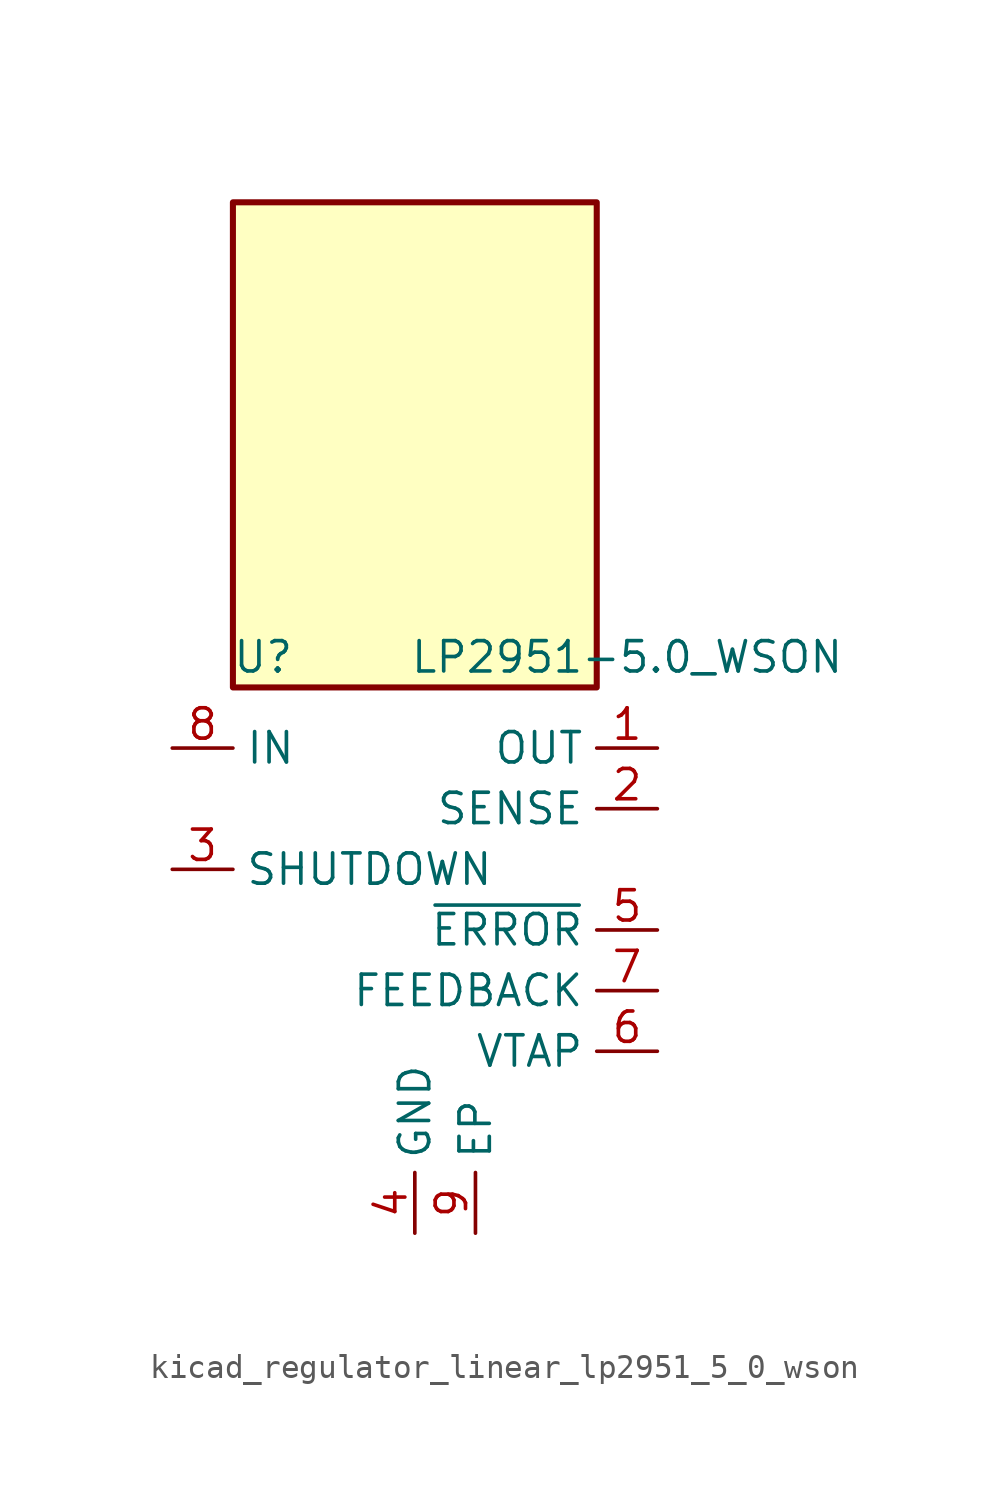
<source format=kicad_sym>
(kicad_symbol_lib
  (version 20220914)
  (generator kicad_symbol_editor)
  (symbol "kicad_regulator_linear_lp2951_5_0_wson"
    (property "Reference" "U"
      (at -6.35 11.43 0)
      (effects (font (size 1.27 1.27))))
    (property "Value" "LP2951-5.0_WSON"
      (at 8.89 11.43 0)
      (effects (font (size 1.27 1.27))))
    (symbol "kicad_regulator_linear_lp2951_5_0_wson_0_1"
      (rectangle (start 7.62 30.48) (end -7.62 10.16) (stroke (width 0.254) (type default)) (fill (type background))))
    (symbol "kicad_regulator_linear_lp2951_5_0_wson_1_1"
      (pin power_out line (at 10.16 7.62 180) (length 2.54) (name "OUT" (effects (font (size 1.27 1.27)))) (number "1" (effects (font (size 1.27 1.27)))))
      (pin passive line (at 10.16 5.08 180) (length 2.54) (name "SENSE" (effects (font (size 1.27 1.27)))) (number "2" (effects (font (size 1.27 1.27)))))
      (pin input line (at -10.16 2.54 0) (length 2.54) (name "SHUTDOWN" (effects (font (size 1.27 1.27)))) (number "3" (effects (font (size 1.27 1.27)))))
      (pin power_in line (at 0 -12.7 90) (length 2.54) (name "GND" (effects (font (size 1.27 1.27)))) (number "4" (effects (font (size 1.27 1.27)))))
      (pin open_collector line (at 10.16 0 180) (length 2.54) (name "~{ERROR}" (effects (font (size 1.27 1.27)))) (number "5" (effects (font (size 1.27 1.27)))))
      (pin input line (at 10.16 -5.08 180) (length 2.54) (name "VTAP" (effects (font (size 1.27 1.27)))) (number "6" (effects (font (size 1.27 1.27)))))
      (pin input line (at 10.16 -2.54 180) (length 2.54) (name "FEEDBACK" (effects (font (size 1.27 1.27)))) (number "7" (effects (font (size 1.27 1.27)))))
      (pin power_in line (at -10.16 7.62 0) (length 2.54) (name "IN" (effects (font (size 1.27 1.27)))) (number "8" (effects (font (size 1.27 1.27)))))
      (pin passive line (at 2.54 -12.7 90) (length 2.54) (name "EP" (effects (font (size 1.27 1.27)))) (number "9" (effects (font (size 1.27 1.27))))))))
</source>
